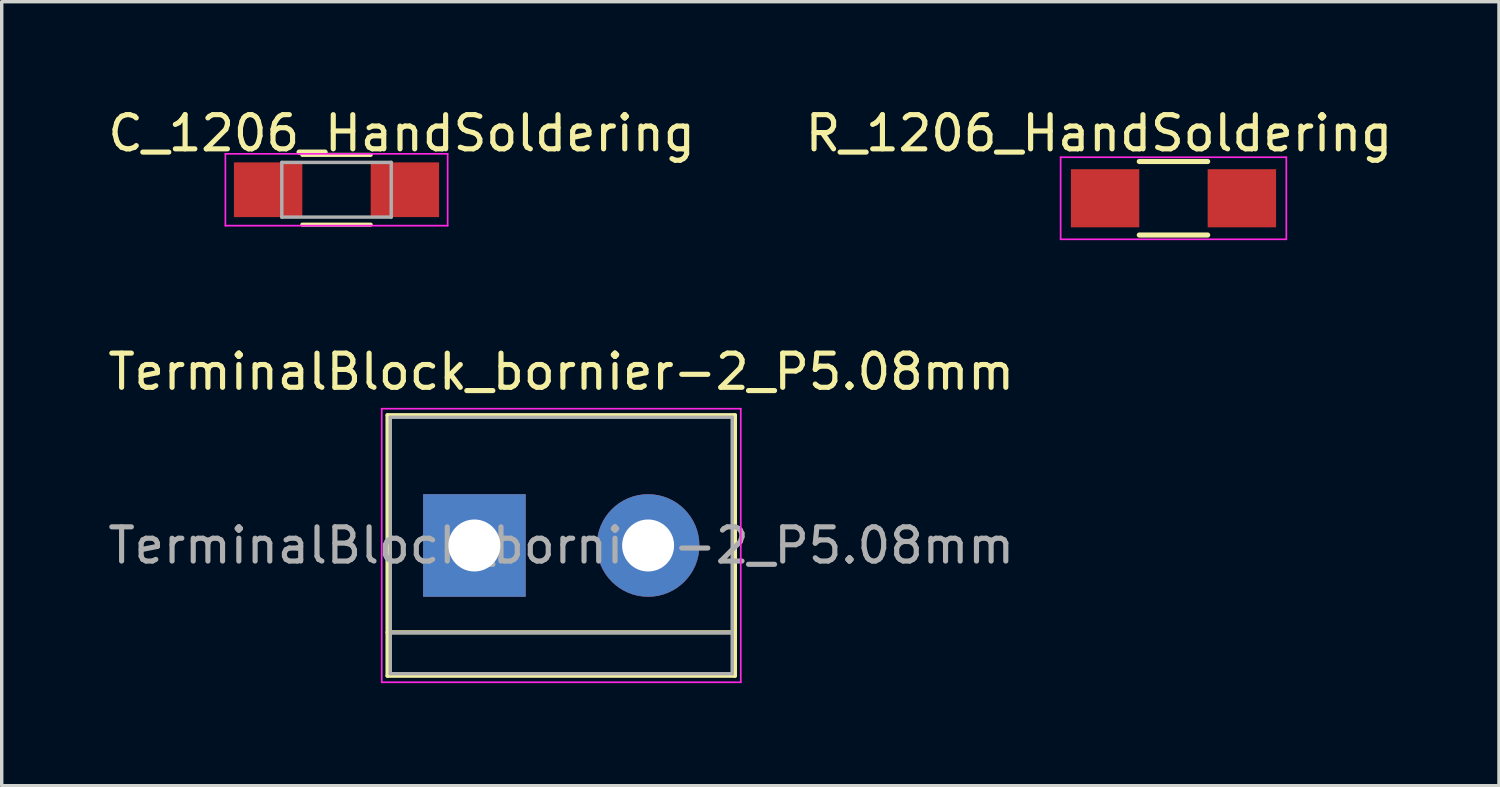
<source format=kicad_pcb>
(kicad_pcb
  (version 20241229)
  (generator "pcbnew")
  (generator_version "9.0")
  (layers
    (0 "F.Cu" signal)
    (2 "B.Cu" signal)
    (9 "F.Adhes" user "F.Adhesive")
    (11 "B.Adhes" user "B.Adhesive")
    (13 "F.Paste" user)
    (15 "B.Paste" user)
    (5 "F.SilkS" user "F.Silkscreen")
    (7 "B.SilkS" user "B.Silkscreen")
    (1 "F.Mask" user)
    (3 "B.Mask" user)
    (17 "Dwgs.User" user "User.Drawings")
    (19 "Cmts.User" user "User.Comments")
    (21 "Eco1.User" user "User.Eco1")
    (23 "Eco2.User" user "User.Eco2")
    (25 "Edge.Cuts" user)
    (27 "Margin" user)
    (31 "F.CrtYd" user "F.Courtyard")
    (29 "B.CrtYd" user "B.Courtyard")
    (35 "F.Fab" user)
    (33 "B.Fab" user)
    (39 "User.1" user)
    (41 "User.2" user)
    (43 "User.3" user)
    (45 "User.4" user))
  (footprint "C_1206_HandSoldering"
    (layer "F.Cu")
    (at 6.791 2.499)
    (property "Reference" "C_1206_HandSoldering" (at 1.905 -1.651 0) (layer "F.SilkS") (effects (font (size 1 1) (thickness 0.15))))
    (attr smd)
    (fp_line (start -1 1.02) (end 1 1.02) (stroke (width 0.12) (type solid)) (layer "F.SilkS"))
    (fp_line (start 1 -1.02) (end -1 -1.02) (stroke (width 0.12) (type solid)) (layer "F.SilkS"))
    (fp_line (start -3.25 -1.05) (end -3.25 1.05) (stroke (width 0.05) (type solid)) (layer "F.CrtYd"))
    (fp_line (start -3.25 -1.05) (end 3.25 -1.05) (stroke (width 0.05) (type solid)) (layer "F.CrtYd"))
    (fp_line (start 3.25 1.05) (end -3.25 1.05) (stroke (width 0.05) (type solid)) (layer "F.CrtYd"))
    (fp_line (start 3.25 1.05) (end 3.25 -1.05) (stroke (width 0.05) (type solid)) (layer "F.CrtYd"))
    (fp_line (start -1.6 -0.8) (end 1.6 -0.8) (stroke (width 0.1) (type solid)) (layer "F.Fab"))
    (fp_line (start -1.6 0.8) (end -1.6 -0.8) (stroke (width 0.1) (type solid)) (layer "F.Fab"))
    (fp_line (start 1.6 -0.8) (end 1.6 0.8) (stroke (width 0.1) (type solid)) (layer "F.Fab"))
    (fp_line (start 1.6 0.8) (end -1.6 0.8) (stroke (width 0.1) (type solid)) (layer "F.Fab"))
    (pad "1" smd rect (at -2 0) (size 2 1.6) (layers "F.Cu" "F.Mask" "F.Paste"))
    (pad "2" smd rect (at 2 0) (size 2 1.6) (layers "F.Cu" "F.Mask" "F.Paste")))
  (footprint "R_1206_HandSoldering"
    (layer "F.Cu")
    (at 31.267 2.748)
    (property "Reference" "R_1206_HandSoldering" (at -2.178 -1.9 0) (layer "F.SilkS") (effects (font (size 1 1) (thickness 0.15))))
    (attr smd)
    (fp_line (start -1 -1.075) (end 1 -1.075) (stroke (width 0.15) (type solid)) (layer "F.SilkS"))
    (fp_line (start 1 1.075) (end -1 1.075) (stroke (width 0.15) (type solid)) (layer "F.SilkS"))
    (fp_line (start -3.3 -1.2) (end -3.3 1.2) (stroke (width 0.05) (type solid)) (layer "F.CrtYd"))
    (fp_line (start -3.3 -1.2) (end 3.3 -1.2) (stroke (width 0.05) (type solid)) (layer "F.CrtYd"))
    (fp_line (start -3.3 1.2) (end 3.3 1.2) (stroke (width 0.05) (type solid)) (layer "F.CrtYd"))
    (fp_line (start 3.3 -1.2) (end 3.3 1.2) (stroke (width 0.05) (type solid)) (layer "F.CrtYd"))
    (pad "1" smd rect (at -2 0) (size 2 1.7) (layers "F.Cu" "F.Mask" "F.Paste"))
    (pad "2" smd rect (at 2 0) (size 2 1.7) (layers "F.Cu" "F.Mask" "F.Paste")))
  (footprint "TerminalBlock_bornier-2_P5.08mm"
    (layer "F.Cu")
    (at 10.823 12.902)
    (property "Reference" "TerminalBlock_bornier-2_P5.08mm" (at 2.54 -5.08 0) (layer "F.SilkS") (effects (font (size 1 1) (thickness 0.15))))
    (attr through_hole)
    (fp_line (start -2.54 -3.81) (end -2.54 3.81) (stroke (width 0.12) (type solid)) (layer "F.SilkS"))
    (fp_line (start -2.54 3.81) (end 7.62 3.81) (stroke (width 0.12) (type solid)) (layer "F.SilkS"))
    (fp_line (start 7.62 -3.81) (end -2.54 -3.81) (stroke (width 0.12) (type solid)) (layer "F.SilkS"))
    (fp_line (start 7.62 2.54) (end -2.54 2.54) (stroke (width 0.12) (type solid)) (layer "F.SilkS"))
    (fp_line (start 7.62 3.81) (end 7.62 -3.81) (stroke (width 0.12) (type solid)) (layer "F.SilkS"))
    (fp_line (start -2.71 -4) (end -2.71 4) (stroke (width 0.05) (type solid)) (layer "F.CrtYd"))
    (fp_line (start -2.71 -4) (end 7.79 -4) (stroke (width 0.05) (type solid)) (layer "F.CrtYd"))
    (fp_line (start 7.79 4) (end -2.71 4) (stroke (width 0.05) (type solid)) (layer "F.CrtYd"))
    (fp_line (start 7.79 4) (end 7.79 -4) (stroke (width 0.05) (type solid)) (layer "F.CrtYd"))
    (fp_line (start -2.46 -3.75) (end -2.46 3.75) (stroke (width 0.1) (type solid)) (layer "F.Fab"))
    (fp_line (start -2.46 3.75) (end 7.54 3.75) (stroke (width 0.1) (type solid)) (layer "F.Fab"))
    (fp_line (start -2.41 2.55) (end 7.49 2.55) (stroke (width 0.1) (type solid)) (layer "F.Fab"))
    (fp_line (start 7.54 -3.75) (end -2.46 -3.75) (stroke (width 0.1) (type solid)) (layer "F.Fab"))
    (fp_line (start 7.54 3.75) (end 7.54 -3.75) (stroke (width 0.1) (type solid)) (layer "F.Fab"))
    (fp_text user "${REFERENCE}" (at 2.54 0 0) (layer "F.Fab") (effects (font (size 1 1) (thickness 0.15))))
    (pad "1" thru_hole rect (at 0 0) (size 3 3) (drill 1.52) (layers "*.Cu" "*.Mask"))
    (pad "2" thru_hole circle (at 5.08 0) (size 3 3) (drill 1.52) (layers "*.Cu" "*.Mask")))
  (gr_rect
    (start -3 -3)
    (end 40.786 19.927)
    (stroke (width 0.1) (type default))
    (fill no)
    (layer "Edge.Cuts")))
</source>
